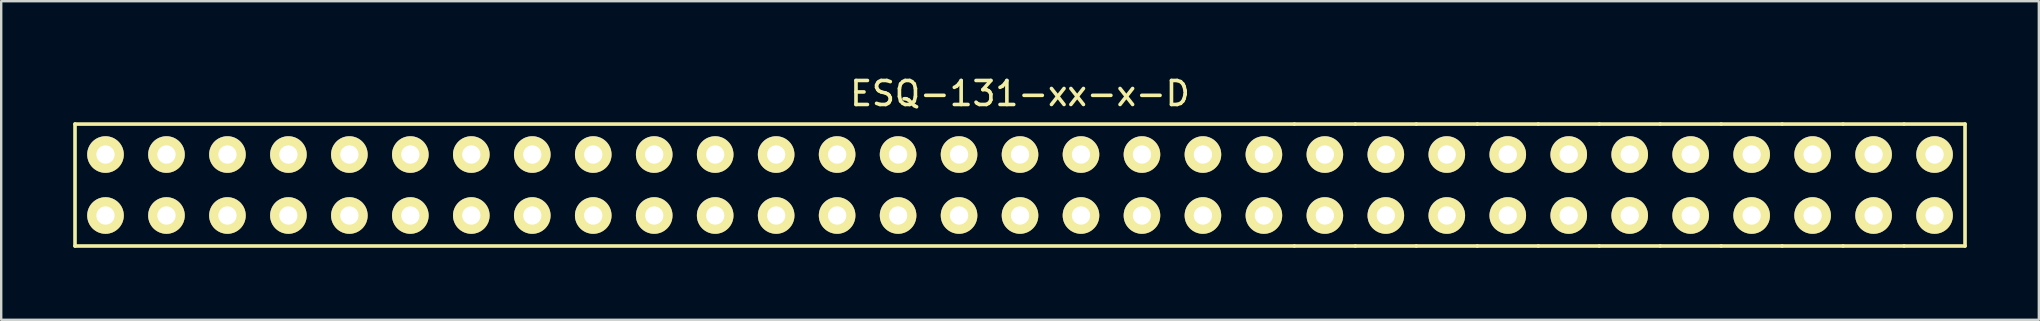
<source format=kicad_pcb>
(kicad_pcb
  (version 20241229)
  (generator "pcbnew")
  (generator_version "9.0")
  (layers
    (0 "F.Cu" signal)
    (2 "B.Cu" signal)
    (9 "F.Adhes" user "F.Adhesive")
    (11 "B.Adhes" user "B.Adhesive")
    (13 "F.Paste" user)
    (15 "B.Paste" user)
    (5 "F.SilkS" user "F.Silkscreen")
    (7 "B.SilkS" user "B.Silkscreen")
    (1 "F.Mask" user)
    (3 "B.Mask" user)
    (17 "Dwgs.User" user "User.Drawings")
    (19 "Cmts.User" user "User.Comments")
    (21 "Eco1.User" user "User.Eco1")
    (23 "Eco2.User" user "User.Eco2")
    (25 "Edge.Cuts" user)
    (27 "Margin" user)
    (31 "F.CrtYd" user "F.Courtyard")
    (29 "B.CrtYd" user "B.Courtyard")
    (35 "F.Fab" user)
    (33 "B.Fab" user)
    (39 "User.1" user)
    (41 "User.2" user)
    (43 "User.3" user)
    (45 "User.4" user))
  (footprint "ESQ-131-xx-x-D"
    (layer "F.Cu")
    (at 39.445 4.658)
    (property "Reference" "ESQ-131-xx-x-D" (at 0 -3.81 0) (layer "F.SilkS") (effects (font (size 1 1) (thickness 0.15))))
    (attr through_hole)
    (fp_line (start -39.37 -2.54) (end 11.43 -2.54) (stroke (width 0.15) (type solid)) (layer "F.SilkS"))
    (fp_line (start -39.37 2.54) (end -39.37 -2.54) (stroke (width 0.15) (type solid)) (layer "F.SilkS"))
    (fp_line (start 11.43 -2.54) (end 13.97 -2.54) (stroke (width 0.15) (type solid)) (layer "F.SilkS"))
    (fp_line (start 11.43 2.54) (end -39.37 2.54) (stroke (width 0.15) (type solid)) (layer "F.SilkS"))
    (fp_line (start 13.97 -2.54) (end 16.51 -2.54) (stroke (width 0.15) (type solid)) (layer "F.SilkS"))
    (fp_line (start 13.97 2.54) (end 11.43 2.54) (stroke (width 0.15) (type solid)) (layer "F.SilkS"))
    (fp_line (start 16.51 -2.54) (end 19.05 -2.54) (stroke (width 0.15) (type solid)) (layer "F.SilkS"))
    (fp_line (start 16.51 2.54) (end 13.97 2.54) (stroke (width 0.15) (type solid)) (layer "F.SilkS"))
    (fp_line (start 19.05 -2.54) (end 21.59 -2.54) (stroke (width 0.15) (type solid)) (layer "F.SilkS"))
    (fp_line (start 19.05 2.54) (end 16.51 2.54) (stroke (width 0.15) (type solid)) (layer "F.SilkS"))
    (fp_line (start 21.59 -2.54) (end 24.13 -2.54) (stroke (width 0.15) (type solid)) (layer "F.SilkS"))
    (fp_line (start 21.59 2.54) (end 19.05 2.54) (stroke (width 0.15) (type solid)) (layer "F.SilkS"))
    (fp_line (start 24.13 -2.54) (end 26.67 -2.54) (stroke (width 0.15) (type solid)) (layer "F.SilkS"))
    (fp_line (start 24.13 2.54) (end 21.59 2.54) (stroke (width 0.15) (type solid)) (layer "F.SilkS"))
    (fp_line (start 26.67 -2.54) (end 29.21 -2.54) (stroke (width 0.15) (type solid)) (layer "F.SilkS"))
    (fp_line (start 26.67 2.54) (end 24.13 2.54) (stroke (width 0.15) (type solid)) (layer "F.SilkS"))
    (fp_line (start 29.21 -2.54) (end 31.75 -2.54) (stroke (width 0.15) (type solid)) (layer "F.SilkS"))
    (fp_line (start 29.21 2.54) (end 26.67 2.54) (stroke (width 0.15) (type solid)) (layer "F.SilkS"))
    (fp_line (start 31.75 -2.54) (end 34.29 -2.54) (stroke (width 0.15) (type solid)) (layer "F.SilkS"))
    (fp_line (start 31.75 2.54) (end 29.21 2.54) (stroke (width 0.15) (type solid)) (layer "F.SilkS"))
    (fp_line (start 34.29 -2.54) (end 36.83 -2.54) (stroke (width 0.15) (type solid)) (layer "F.SilkS"))
    (fp_line (start 34.29 2.54) (end 31.75 2.54) (stroke (width 0.15) (type solid)) (layer "F.SilkS"))
    (fp_line (start 36.83 -2.54) (end 39.37 -2.54) (stroke (width 0.15) (type solid)) (layer "F.SilkS"))
    (fp_line (start 36.83 2.54) (end 34.29 2.54) (stroke (width 0.15) (type solid)) (layer "F.SilkS"))
    (fp_line (start 39.37 -2.54) (end 39.37 2.54) (stroke (width 0.15) (type solid)) (layer "F.SilkS"))
    (fp_line (start 39.37 2.54) (end 36.83 2.54) (stroke (width 0.15) (type solid)) (layer "F.SilkS"))
    (pad "1" thru_hole circle (at -38.1 -1.27) (size 1.524 1.524) (drill 0.762) (layers "*.Mask" "B.Cu" "F.SilkS"))
    (pad "2" thru_hole circle (at -38.1 1.27) (size 1.524 1.524) (drill 0.762) (layers "*.Mask" "B.Cu" "F.SilkS"))
    (pad "3" thru_hole circle (at -35.56 -1.27) (size 1.524 1.524) (drill 0.762) (layers "*.Mask" "B.Cu" "F.SilkS"))
    (pad "4" thru_hole circle (at -35.56 1.27) (size 1.524 1.524) (drill 0.762) (layers "*.Mask" "B.Cu" "F.SilkS"))
    (pad "5" thru_hole circle (at -33.02 -1.27) (size 1.524 1.524) (drill 0.762) (layers "*.Mask" "B.Cu" "F.SilkS"))
    (pad "6" thru_hole circle (at -33.02 1.27) (size 1.524 1.524) (drill 0.762) (layers "*.Mask" "B.Cu" "F.SilkS"))
    (pad "7" thru_hole circle (at -30.48 -1.27) (size 1.524 1.524) (drill 0.762) (layers "*.Mask" "B.Cu" "F.SilkS"))
    (pad "8" thru_hole circle (at -30.48 1.27) (size 1.524 1.524) (drill 0.762) (layers "*.Mask" "B.Cu" "F.SilkS"))
    (pad "9" thru_hole circle (at -27.94 -1.27) (size 1.524 1.524) (drill 0.762) (layers "*.Mask" "B.Cu" "F.SilkS"))
    (pad "10" thru_hole circle (at -27.94 1.27) (size 1.524 1.524) (drill 0.762) (layers "*.Mask" "B.Cu" "F.SilkS"))
    (pad "11" thru_hole circle (at -25.4 -1.27) (size 1.524 1.524) (drill 0.762) (layers "*.Mask" "B.Cu" "F.SilkS"))
    (pad "12" thru_hole circle (at -25.4 1.27) (size 1.524 1.524) (drill 0.762) (layers "*.Mask" "B.Cu" "F.SilkS"))
    (pad "13" thru_hole circle (at -22.86 -1.27) (size 1.524 1.524) (drill 0.762) (layers "*.Mask" "B.Cu" "F.SilkS"))
    (pad "14" thru_hole circle (at -22.86 1.27) (size 1.524 1.524) (drill 0.762) (layers "*.Mask" "B.Cu" "F.SilkS"))
    (pad "15" thru_hole circle (at -20.32 -1.27) (size 1.524 1.524) (drill 0.762) (layers "*.Mask" "B.Cu" "F.SilkS"))
    (pad "16" thru_hole circle (at -20.32 1.27) (size 1.524 1.524) (drill 0.762) (layers "*.Mask" "B.Cu" "F.SilkS"))
    (pad "17" thru_hole circle (at -17.78 -1.27) (size 1.524 1.524) (drill 0.762) (layers "*.Mask" "B.Cu" "F.SilkS"))
    (pad "18" thru_hole circle (at -17.78 1.27) (size 1.524 1.524) (drill 0.762) (layers "*.Mask" "B.Cu" "F.SilkS"))
    (pad "19" thru_hole circle (at -15.24 -1.27) (size 1.524 1.524) (drill 0.762) (layers "*.Mask" "B.Cu" "F.SilkS"))
    (pad "20" thru_hole circle (at -15.24 1.27) (size 1.524 1.524) (drill 0.762) (layers "*.Mask" "B.Cu" "F.SilkS"))
    (pad "21" thru_hole circle (at -12.7 -1.27) (size 1.524 1.524) (drill 0.762) (layers "*.Mask" "B.Cu" "F.SilkS"))
    (pad "22" thru_hole circle (at -12.7 1.27) (size 1.524 1.524) (drill 0.762) (layers "*.Mask" "B.Cu" "F.SilkS"))
    (pad "23" thru_hole circle (at -10.16 -1.27) (size 1.524 1.524) (drill 0.762) (layers "*.Mask" "B.Cu" "F.SilkS"))
    (pad "24" thru_hole circle (at -10.16 1.27) (size 1.524 1.524) (drill 0.762) (layers "*.Mask" "B.Cu" "F.SilkS"))
    (pad "25" thru_hole circle (at -7.62 -1.27) (size 1.524 1.524) (drill 0.762) (layers "*.Mask" "B.Cu" "F.SilkS"))
    (pad "26" thru_hole circle (at -7.62 1.27) (size 1.524 1.524) (drill 0.762) (layers "*.Mask" "B.Cu" "F.SilkS"))
    (pad "27" thru_hole circle (at -5.08 -1.27) (size 1.524 1.524) (drill 0.762) (layers "*.Mask" "B.Cu" "F.SilkS"))
    (pad "28" thru_hole circle (at -5.08 1.27) (size 1.524 1.524) (drill 0.762) (layers "*.Mask" "B.Cu" "F.SilkS"))
    (pad "29" thru_hole circle (at -2.54 -1.27) (size 1.524 1.524) (drill 0.762) (layers "*.Mask" "B.Cu" "F.SilkS"))
    (pad "30" thru_hole circle (at -2.54 1.27) (size 1.524 1.524) (drill 0.762) (layers "*.Mask" "B.Cu" "F.SilkS"))
    (pad "31" thru_hole circle (at 0 -1.27) (size 1.524 1.524) (drill 0.762) (layers "*.Mask" "B.Cu" "F.SilkS"))
    (pad "32" thru_hole circle (at 0 1.27) (size 1.524 1.524) (drill 0.762) (layers "*.Mask" "B.Cu" "F.SilkS"))
    (pad "33" thru_hole circle (at 2.54 -1.27) (size 1.524 1.524) (drill 0.762) (layers "*.Mask" "B.Cu" "F.SilkS"))
    (pad "34" thru_hole circle (at 2.54 1.27) (size 1.524 1.524) (drill 0.762) (layers "*.Mask" "B.Cu" "F.SilkS"))
    (pad "35" thru_hole circle (at 5.08 -1.27) (size 1.524 1.524) (drill 0.762) (layers "*.Mask" "B.Cu" "F.SilkS"))
    (pad "36" thru_hole circle (at 5.08 1.27) (size 1.524 1.524) (drill 0.762) (layers "*.Mask" "B.Cu" "F.SilkS"))
    (pad "37" thru_hole circle (at 7.62 -1.27) (size 1.524 1.524) (drill 0.762) (layers "*.Mask" "B.Cu" "F.SilkS"))
    (pad "38" thru_hole circle (at 7.62 1.27) (size 1.524 1.524) (drill 0.762) (layers "*.Mask" "B.Cu" "F.SilkS"))
    (pad "39" thru_hole circle (at 10.16 -1.27) (size 1.524 1.524) (drill 0.762) (layers "*.Mask" "B.Cu" "F.SilkS"))
    (pad "40" thru_hole circle (at 10.16 1.27) (size 1.524 1.524) (drill 0.762) (layers "*.Mask" "B.Cu" "F.SilkS"))
    (pad "41" thru_hole circle (at 12.7 -1.27) (size 1.524 1.524) (drill 0.762) (layers "*.Mask" "B.Cu" "F.SilkS"))
    (pad "42" thru_hole circle (at 12.7 1.27) (size 1.524 1.524) (drill 0.762) (layers "*.Mask" "B.Cu" "F.SilkS"))
    (pad "43" thru_hole circle (at 15.24 -1.27) (size 1.524 1.524) (drill 0.762) (layers "*.Mask" "B.Cu" "F.SilkS"))
    (pad "44" thru_hole circle (at 15.24 1.27) (size 1.524 1.524) (drill 0.762) (layers "*.Mask" "B.Cu" "F.SilkS"))
    (pad "45" thru_hole circle (at 17.78 -1.27) (size 1.524 1.524) (drill 0.762) (layers "*.Mask" "B.Cu" "F.SilkS"))
    (pad "46" thru_hole circle (at 17.78 1.27) (size 1.524 1.524) (drill 0.762) (layers "*.Mask" "B.Cu" "F.SilkS"))
    (pad "47" thru_hole circle (at 20.32 -1.27) (size 1.524 1.524) (drill 0.762) (layers "*.Mask" "B.Cu" "F.SilkS"))
    (pad "48" thru_hole circle (at 20.32 1.27) (size 1.524 1.524) (drill 0.762) (layers "*.Mask" "B.Cu" "F.SilkS"))
    (pad "49" thru_hole circle (at 22.86 -1.27) (size 1.524 1.524) (drill 0.762) (layers "*.Mask" "B.Cu" "F.SilkS"))
    (pad "50" thru_hole circle (at 22.86 1.27) (size 1.524 1.524) (drill 0.762) (layers "*.Mask" "B.Cu" "F.SilkS"))
    (pad "51" thru_hole circle (at 25.4 -1.27) (size 1.524 1.524) (drill 0.762) (layers "*.Mask" "B.Cu" "F.SilkS"))
    (pad "52" thru_hole circle (at 25.4 1.27) (size 1.524 1.524) (drill 0.762) (layers "*.Mask" "B.Cu" "F.SilkS"))
    (pad "53" thru_hole circle (at 27.94 -1.27) (size 1.524 1.524) (drill 0.762) (layers "*.Mask" "B.Cu" "F.SilkS"))
    (pad "54" thru_hole circle (at 27.94 1.27) (size 1.524 1.524) (drill 0.762) (layers "*.Mask" "B.Cu" "F.SilkS"))
    (pad "55" thru_hole circle (at 30.48 -1.27) (size 1.524 1.524) (drill 0.762) (layers "*.Mask" "B.Cu" "F.SilkS"))
    (pad "56" thru_hole circle (at 30.48 1.27) (size 1.524 1.524) (drill 0.762) (layers "*.Mask" "B.Cu" "F.SilkS"))
    (pad "57" thru_hole circle (at 33.02 -1.27) (size 1.524 1.524) (drill 0.762) (layers "*.Mask" "B.Cu" "F.SilkS"))
    (pad "58" thru_hole circle (at 33.02 1.27) (size 1.524 1.524) (drill 0.762) (layers "*.Mask" "B.Cu" "F.SilkS"))
    (pad "59" thru_hole circle (at 35.56 -1.27) (size 1.524 1.524) (drill 0.762) (layers "*.Mask" "B.Cu" "F.SilkS"))
    (pad "60" thru_hole circle (at 35.56 1.27) (size 1.524 1.524) (drill 0.762) (layers "*.Mask" "B.Cu" "F.SilkS"))
    (pad "61" thru_hole circle (at 38.1 -1.27) (size 1.524 1.524) (drill 0.762) (layers "*.Mask" "B.Cu" "F.SilkS"))
    (pad "62" thru_hole circle (at 38.1 1.27) (size 1.524 1.524) (drill 0.762) (layers "*.Mask" "B.Cu" "F.SilkS")))
  (gr_rect
    (start -3 -3)
    (end 81.89 10.273)
    (stroke (width 0.1) (type default))
    (fill no)
    (layer "Edge.Cuts")))
</source>
